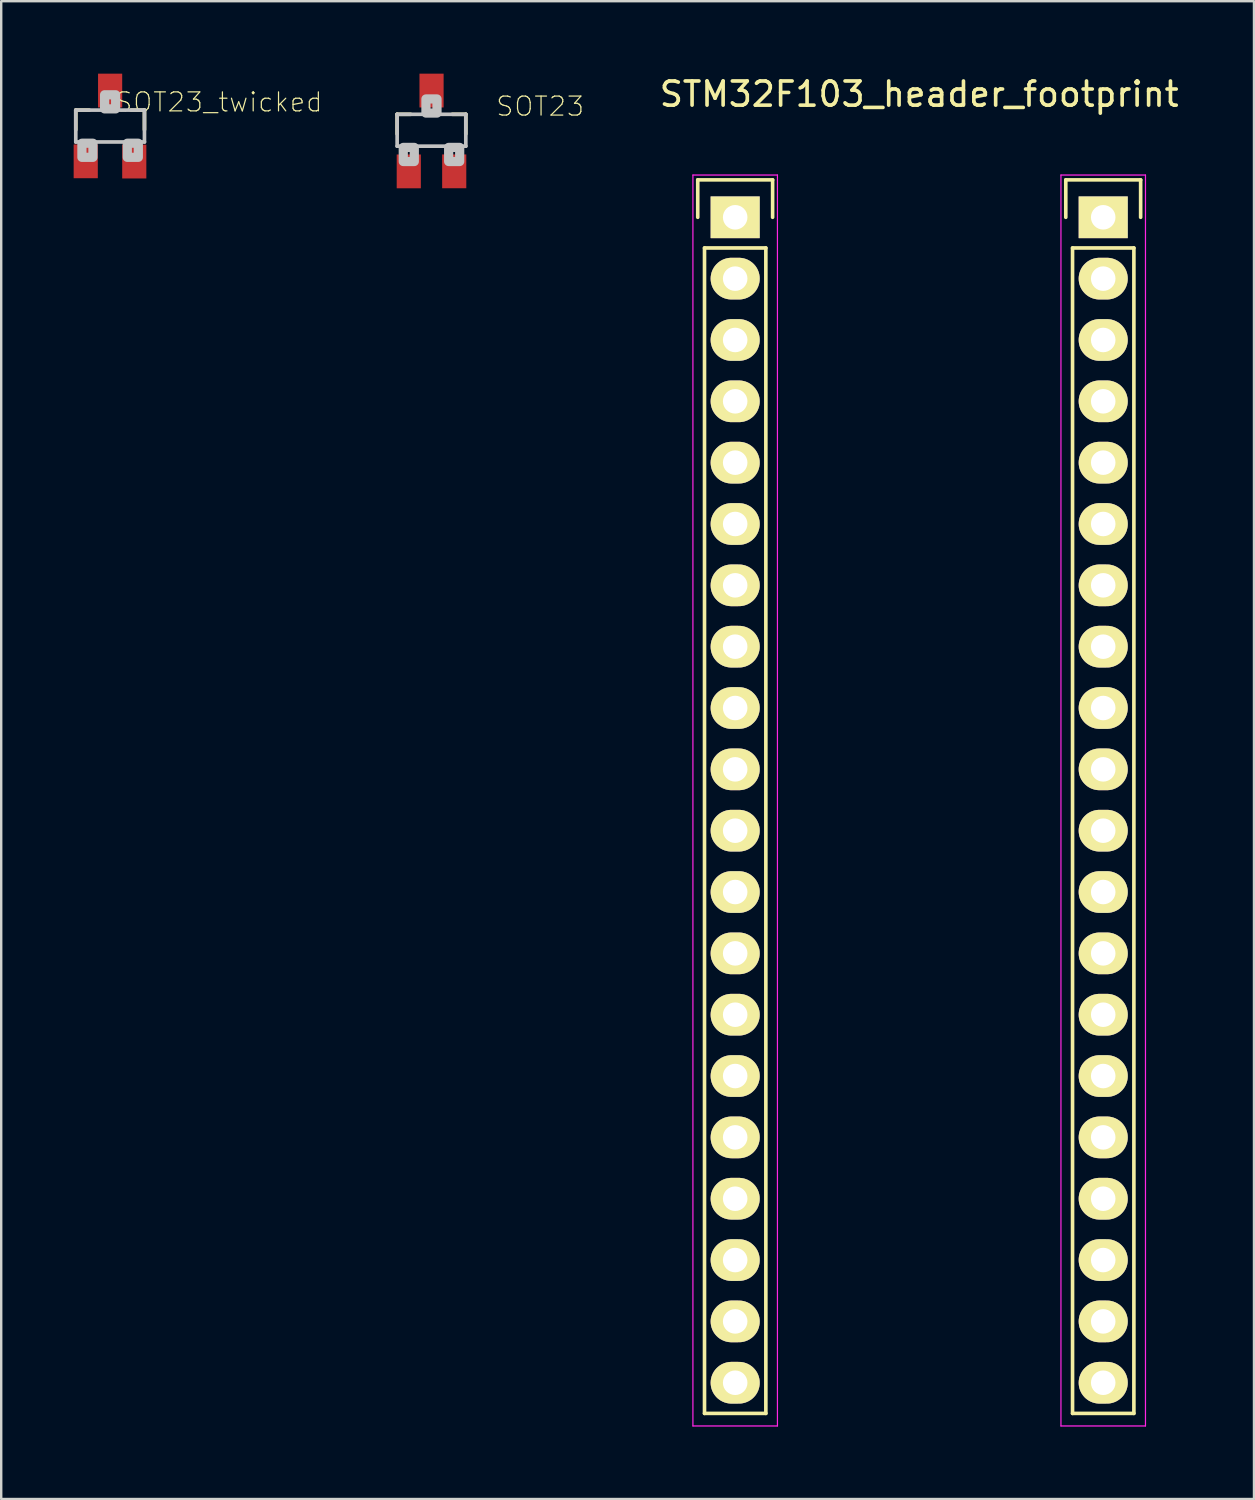
<source format=kicad_pcb>
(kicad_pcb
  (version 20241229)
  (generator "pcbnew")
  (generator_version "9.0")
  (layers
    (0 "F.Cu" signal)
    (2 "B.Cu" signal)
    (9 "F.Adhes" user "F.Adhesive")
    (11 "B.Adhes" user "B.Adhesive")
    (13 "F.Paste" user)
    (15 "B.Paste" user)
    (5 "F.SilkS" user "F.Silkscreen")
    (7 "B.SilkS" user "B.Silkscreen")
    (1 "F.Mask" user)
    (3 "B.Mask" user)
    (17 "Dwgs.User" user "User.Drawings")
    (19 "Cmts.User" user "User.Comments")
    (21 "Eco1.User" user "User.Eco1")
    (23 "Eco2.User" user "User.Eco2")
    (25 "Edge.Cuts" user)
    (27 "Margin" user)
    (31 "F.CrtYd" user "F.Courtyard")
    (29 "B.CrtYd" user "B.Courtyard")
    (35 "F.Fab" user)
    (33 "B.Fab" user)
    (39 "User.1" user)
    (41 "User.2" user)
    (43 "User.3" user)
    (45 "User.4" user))
  (footprint "STM32F103_header_footprint"
    (layer "F.Cu")
    (at 27.393 5.948)
    (property "Reference" "STM32F103_header_footprint" (at 7.62 -5.1 0) (layer "F.SilkS") (effects (font (size 1 1) (thickness 0.15))))
    (attr through_hole)
    (fp_line (start -1.55 -1.55) (end 1.55 -1.55) (stroke (width 0.15) (type solid)) (layer "F.SilkS"))
    (fp_line (start -1.55 0) (end -1.55 -1.55) (stroke (width 0.15) (type solid)) (layer "F.SilkS"))
    (fp_line (start -1.27 49.53) (end -1.27 1.27) (stroke (width 0.15) (type solid)) (layer "F.SilkS"))
    (fp_line (start 1.27 1.27) (end -1.27 1.27) (stroke (width 0.15) (type solid)) (layer "F.SilkS"))
    (fp_line (start 1.27 1.27) (end 1.27 49.53) (stroke (width 0.15) (type solid)) (layer "F.SilkS"))
    (fp_line (start 1.27 49.53) (end -1.27 49.53) (stroke (width 0.15) (type solid)) (layer "F.SilkS"))
    (fp_line (start 1.55 -1.55) (end 1.55 0) (stroke (width 0.15) (type solid)) (layer "F.SilkS"))
    (fp_line (start 13.69 -1.55) (end 16.79 -1.55) (stroke (width 0.15) (type solid)) (layer "F.SilkS"))
    (fp_line (start 13.69 0) (end 13.69 -1.55) (stroke (width 0.15) (type solid)) (layer "F.SilkS"))
    (fp_line (start 13.97 49.53) (end 13.97 1.27) (stroke (width 0.15) (type solid)) (layer "F.SilkS"))
    (fp_line (start 16.51 1.27) (end 13.97 1.27) (stroke (width 0.15) (type solid)) (layer "F.SilkS"))
    (fp_line (start 16.51 1.27) (end 16.51 49.53) (stroke (width 0.15) (type solid)) (layer "F.SilkS"))
    (fp_line (start 16.51 49.53) (end 13.97 49.53) (stroke (width 0.15) (type solid)) (layer "F.SilkS"))
    (fp_line (start 16.79 -1.55) (end 16.79 0) (stroke (width 0.15) (type solid)) (layer "F.SilkS"))
    (fp_line (start -1.75 -1.75) (end -1.75 50.05) (stroke (width 0.05) (type solid)) (layer "F.CrtYd"))
    (fp_line (start -1.75 -1.75) (end 1.75 -1.75) (stroke (width 0.05) (type solid)) (layer "F.CrtYd"))
    (fp_line (start -1.75 50.05) (end 1.75 50.05) (stroke (width 0.05) (type solid)) (layer "F.CrtYd"))
    (fp_line (start 1.75 -1.75) (end 1.75 50.05) (stroke (width 0.05) (type solid)) (layer "F.CrtYd"))
    (fp_line (start 13.49 -1.75) (end 13.49 50.05) (stroke (width 0.05) (type solid)) (layer "F.CrtYd"))
    (fp_line (start 13.49 -1.75) (end 16.99 -1.75) (stroke (width 0.05) (type solid)) (layer "F.CrtYd"))
    (fp_line (start 13.49 50.05) (end 16.99 50.05) (stroke (width 0.05) (type solid)) (layer "F.CrtYd"))
    (fp_line (start 16.99 -1.75) (end 16.99 50.05) (stroke (width 0.05) (type solid)) (layer "F.CrtYd"))
    (pad "1" thru_hole rect (at 0 0) (size 2.032 1.727) (drill 1.016) (layers "*.Cu" "*.Mask" "F.SilkS"))
    (pad "2" thru_hole oval (at 0 2.54) (size 2.032 1.727) (drill 1.016) (layers "*.Cu" "*.Mask" "F.SilkS"))
    (pad "3" thru_hole oval (at 0 5.08) (size 2.032 1.727) (drill 1.016) (layers "*.Cu" "*.Mask" "F.SilkS"))
    (pad "4" thru_hole oval (at 0 7.62) (size 2.032 1.727) (drill 1.016) (layers "*.Cu" "*.Mask" "F.SilkS"))
    (pad "5" thru_hole oval (at 0 10.16) (size 2.032 1.727) (drill 1.016) (layers "*.Cu" "*.Mask" "F.SilkS"))
    (pad "6" thru_hole oval (at 0 12.7) (size 2.032 1.727) (drill 1.016) (layers "*.Cu" "*.Mask" "F.SilkS"))
    (pad "7" thru_hole oval (at 0 15.24) (size 2.032 1.727) (drill 1.016) (layers "*.Cu" "*.Mask" "F.SilkS"))
    (pad "8" thru_hole oval (at 0 17.78) (size 2.032 1.727) (drill 1.016) (layers "*.Cu" "*.Mask" "F.SilkS"))
    (pad "9" thru_hole oval (at 0 20.32) (size 2.032 1.727) (drill 1.016) (layers "*.Cu" "*.Mask" "F.SilkS"))
    (pad "10" thru_hole oval (at 0 22.86) (size 2.032 1.727) (drill 1.016) (layers "*.Cu" "*.Mask" "F.SilkS"))
    (pad "11" thru_hole oval (at 0 25.4) (size 2.032 1.727) (drill 1.016) (layers "*.Cu" "*.Mask" "F.SilkS"))
    (pad "12" thru_hole oval (at 0 27.94) (size 2.032 1.727) (drill 1.016) (layers "*.Cu" "*.Mask" "F.SilkS"))
    (pad "13" thru_hole oval (at 0 30.48) (size 2.032 1.727) (drill 1.016) (layers "*.Cu" "*.Mask" "F.SilkS"))
    (pad "14" thru_hole oval (at 0 33.02) (size 2.032 1.727) (drill 1.016) (layers "*.Cu" "*.Mask" "F.SilkS"))
    (pad "15" thru_hole oval (at 0 35.56) (size 2.032 1.727) (drill 1.016) (layers "*.Cu" "*.Mask" "F.SilkS"))
    (pad "16" thru_hole oval (at 0 38.1) (size 2.032 1.727) (drill 1.016) (layers "*.Cu" "*.Mask" "F.SilkS"))
    (pad "17" thru_hole oval (at 0 40.64) (size 2.032 1.727) (drill 1.016) (layers "*.Cu" "*.Mask" "F.SilkS"))
    (pad "18" thru_hole oval (at 0 43.18) (size 2.032 1.727) (drill 1.016) (layers "*.Cu" "*.Mask" "F.SilkS"))
    (pad "19" thru_hole oval (at 0 45.72) (size 2.032 1.727) (drill 1.016) (layers "*.Cu" "*.Mask" "F.SilkS"))
    (pad "20" thru_hole oval (at 0 48.26) (size 2.032 1.727) (drill 1.016) (layers "*.Cu" "*.Mask" "F.SilkS"))
    (pad "21" thru_hole rect (at 15.24 0) (size 2.032 1.727) (drill 1.016) (layers "*.Cu" "*.Mask" "F.SilkS"))
    (pad "22" thru_hole oval (at 15.24 2.54) (size 2.032 1.727) (drill 1.016) (layers "*.Cu" "*.Mask" "F.SilkS"))
    (pad "23" thru_hole oval (at 15.24 5.08) (size 2.032 1.727) (drill 1.016) (layers "*.Cu" "*.Mask" "F.SilkS"))
    (pad "24" thru_hole oval (at 15.24 7.62) (size 2.032 1.727) (drill 1.016) (layers "*.Cu" "*.Mask" "F.SilkS"))
    (pad "25" thru_hole oval (at 15.24 10.16) (size 2.032 1.727) (drill 1.016) (layers "*.Cu" "*.Mask" "F.SilkS"))
    (pad "26" thru_hole oval (at 15.24 12.7) (size 2.032 1.727) (drill 1.016) (layers "*.Cu" "*.Mask" "F.SilkS"))
    (pad "27" thru_hole oval (at 15.24 15.24) (size 2.032 1.727) (drill 1.016) (layers "*.Cu" "*.Mask" "F.SilkS"))
    (pad "28" thru_hole oval (at 15.24 17.78) (size 2.032 1.727) (drill 1.016) (layers "*.Cu" "*.Mask" "F.SilkS"))
    (pad "29" thru_hole oval (at 15.24 20.32) (size 2.032 1.727) (drill 1.016) (layers "*.Cu" "*.Mask" "F.SilkS"))
    (pad "30" thru_hole oval (at 15.24 22.86) (size 2.032 1.727) (drill 1.016) (layers "*.Cu" "*.Mask" "F.SilkS"))
    (pad "31" thru_hole oval (at 15.24 25.4) (size 2.032 1.727) (drill 1.016) (layers "*.Cu" "*.Mask" "F.SilkS"))
    (pad "32" thru_hole oval (at 15.24 27.94) (size 2.032 1.727) (drill 1.016) (layers "*.Cu" "*.Mask" "F.SilkS"))
    (pad "33" thru_hole oval (at 15.24 30.48) (size 2.032 1.727) (drill 1.016) (layers "*.Cu" "*.Mask" "F.SilkS"))
    (pad "34" thru_hole oval (at 15.24 33.02) (size 2.032 1.727) (drill 1.016) (layers "*.Cu" "*.Mask" "F.SilkS"))
    (pad "35" thru_hole oval (at 15.24 35.56) (size 2.032 1.727) (drill 1.016) (layers "*.Cu" "*.Mask" "F.SilkS"))
    (pad "36" thru_hole oval (at 15.24 38.1) (size 2.032 1.727) (drill 1.016) (layers "*.Cu" "*.Mask" "F.SilkS"))
    (pad "37" thru_hole oval (at 15.24 40.64) (size 2.032 1.727) (drill 1.016) (layers "*.Cu" "*.Mask" "F.SilkS"))
    (pad "38" thru_hole oval (at 15.24 43.18) (size 2.032 1.727) (drill 1.016) (layers "*.Cu" "*.Mask" "F.SilkS"))
    (pad "39" thru_hole oval (at 15.24 45.72) (size 2.032 1.727) (drill 1.016) (layers "*.Cu" "*.Mask" "F.SilkS"))
    (pad "40" thru_hole oval (at 15.24 48.26) (size 2.032 1.727) (drill 1.016) (layers "*.Cu" "*.Mask" "F.SilkS")))
  (footprint "SOT23_twicked"
    (layer "F.Cu")
    (at 1.51 2.17)
    (property "Reference" "SOT23_twicked" (at 4.5 -0.99 0) (layer "F.SilkS") (effects (font (size 0.787 0.787) (thickness 0.05))))
    (attr smd)
    (fp_line (start -1.422 -0.66) (end -0.864 -0.66) (stroke (width 0.152) (type solid)) (layer "F.SilkS"))
    (fp_line (start -1.422 0.152) (end -1.422 -0.66) (stroke (width 0.152) (type solid)) (layer "F.SilkS"))
    (fp_line (start 0.864 -0.66) (end 1.422 -0.66) (stroke (width 0.152) (type solid)) (layer "F.SilkS"))
    (fp_line (start 1.422 -0.66) (end 1.422 0.152) (stroke (width 0.152) (type solid)) (layer "F.SilkS"))
    (fp_line (start -1.422 -0.66) (end 1.422 -0.66) (stroke (width 0.152) (type solid)) (layer "Dwgs.User"))
    (fp_line (start -1.422 0.66) (end -1.422 -0.66) (stroke (width 0.152) (type solid)) (layer "Dwgs.User"))
    (fp_line (start 1.422 -0.66) (end 1.422 0.66) (stroke (width 0.152) (type solid)) (layer "Dwgs.User"))
    (fp_line (start 1.422 0.66) (end -1.422 0.66) (stroke (width 0.152) (type solid)) (layer "Dwgs.User"))
    (fp_poly (pts (xy -1.168 0.711) (xy -0.711 0.711) (xy -0.711 1.295) (xy -1.168 1.295)) (stroke (width 0.381) (type solid)) (fill no) (layer "Dwgs.User"))
    (fp_poly (pts (xy -0.229 -1.295) (xy 0.229 -1.295) (xy 0.229 -0.711) (xy -0.229 -0.711)) (stroke (width 0.381) (type solid)) (fill no) (layer "Dwgs.User"))
    (fp_poly (pts (xy 0.711 0.711) (xy 1.168 0.711) (xy 1.168 1.295) (xy 0.711 1.295)) (stroke (width 0.381) (type solid)) (fill no) (layer "Dwgs.User"))
    (pad "1" smd rect (at -1.01 1.46) (size 1 1.4) (layers "F.Cu" "F.Mask" "F.Paste"))
    (pad "2" smd rect (at 1 1.47) (size 1 1.4) (layers "F.Cu" "F.Mask" "F.Paste"))
    (pad "3" smd rect (at 0 -1.47) (size 1 1.4) (layers "F.Cu" "F.Mask" "F.Paste")))
  (footprint "SOT23"
    (layer "F.Cu")
    (at 14.817 2.343)
    (property "Reference" "SOT23" (at 4.5 -0.99 0) (layer "F.SilkS") (effects (font (size 0.787 0.787) (thickness 0.05))))
    (attr smd)
    (fp_line (start -1.422 -0.66) (end -0.864 -0.66) (stroke (width 0.152) (type solid)) (layer "F.SilkS"))
    (fp_line (start -1.422 0.152) (end -1.422 -0.66) (stroke (width 0.152) (type solid)) (layer "F.SilkS"))
    (fp_line (start 0.864 -0.66) (end 1.422 -0.66) (stroke (width 0.152) (type solid)) (layer "F.SilkS"))
    (fp_line (start 1.422 -0.66) (end 1.422 0.152) (stroke (width 0.152) (type solid)) (layer "F.SilkS"))
    (fp_line (start -1.422 -0.66) (end 1.422 -0.66) (stroke (width 0.152) (type solid)) (layer "Dwgs.User"))
    (fp_line (start -1.422 0.66) (end -1.422 -0.66) (stroke (width 0.152) (type solid)) (layer "Dwgs.User"))
    (fp_line (start 1.422 -0.66) (end 1.422 0.66) (stroke (width 0.152) (type solid)) (layer "Dwgs.User"))
    (fp_line (start 1.422 0.66) (end -1.422 0.66) (stroke (width 0.152) (type solid)) (layer "Dwgs.User"))
    (fp_poly (pts (xy -1.168 0.711) (xy -0.711 0.711) (xy -0.711 1.295) (xy -1.168 1.295)) (stroke (width 0.381) (type solid)) (fill no) (layer "Dwgs.User"))
    (fp_poly (pts (xy -0.229 -1.295) (xy 0.229 -1.295) (xy 0.229 -0.711) (xy -0.229 -0.711)) (stroke (width 0.381) (type solid)) (fill no) (layer "Dwgs.User"))
    (fp_poly (pts (xy 0.711 0.711) (xy 1.168 0.711) (xy 1.168 1.295) (xy 0.711 1.295)) (stroke (width 0.381) (type solid)) (fill no) (layer "Dwgs.User"))
    (pad "1" smd rect (at -0.94 1.704) (size 1 1.4) (layers "F.Cu" "F.Mask" "F.Paste"))
    (pad "2" smd rect (at 0.942 1.702) (size 1 1.4) (layers "F.Cu" "F.Mask" "F.Paste"))
    (pad "3" smd rect (at 0.003 -1.643) (size 1 1.4) (layers "F.Cu" "F.Mask" "F.Paste")))
  (gr_rect
    (start -3 -3)
    (end 48.877 59.023)
    (stroke (width 0.1) (type default))
    (fill no)
    (layer "Edge.Cuts")))
</source>
